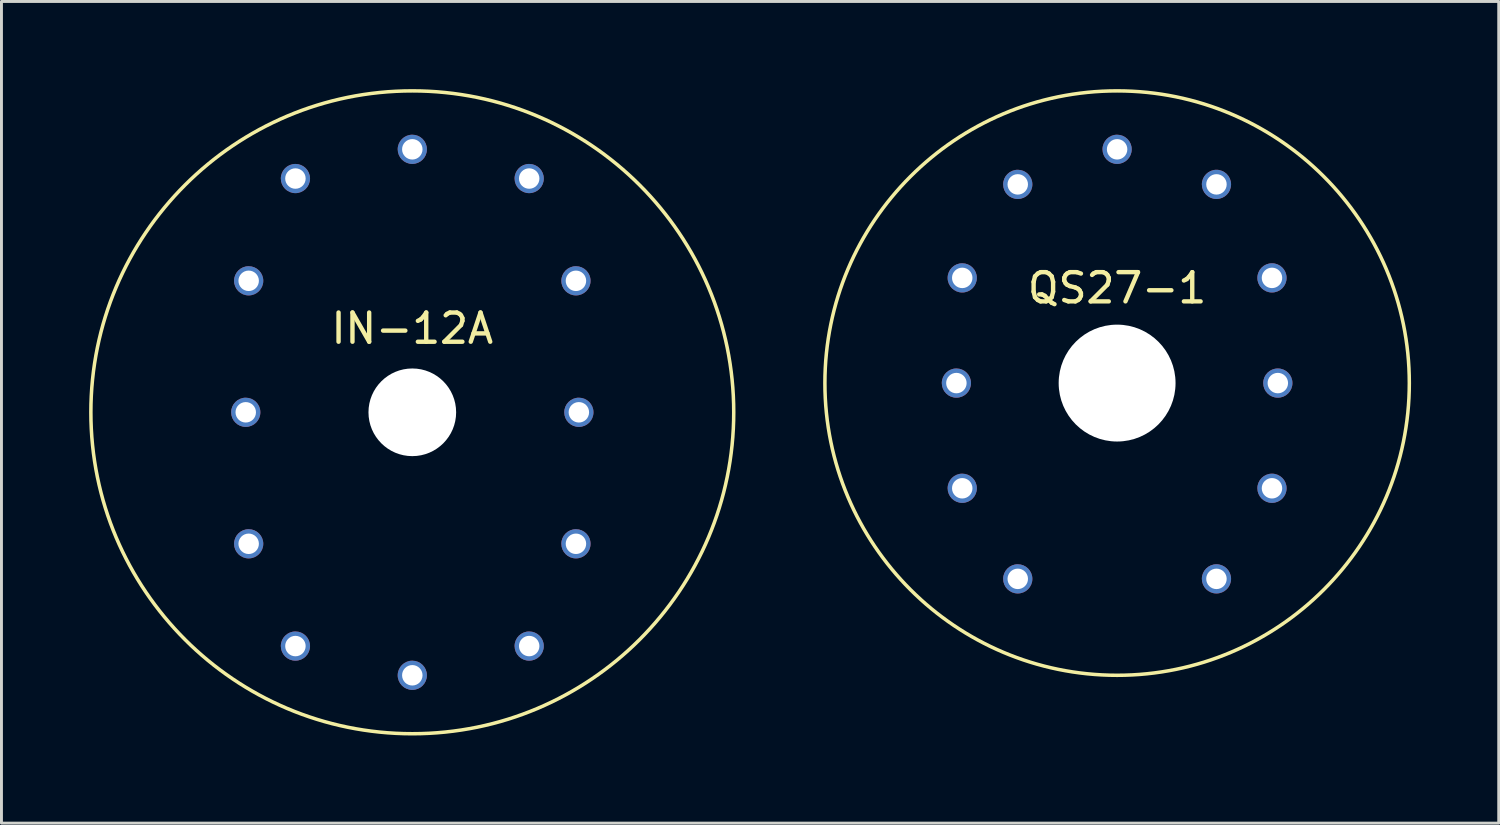
<source format=kicad_pcb>
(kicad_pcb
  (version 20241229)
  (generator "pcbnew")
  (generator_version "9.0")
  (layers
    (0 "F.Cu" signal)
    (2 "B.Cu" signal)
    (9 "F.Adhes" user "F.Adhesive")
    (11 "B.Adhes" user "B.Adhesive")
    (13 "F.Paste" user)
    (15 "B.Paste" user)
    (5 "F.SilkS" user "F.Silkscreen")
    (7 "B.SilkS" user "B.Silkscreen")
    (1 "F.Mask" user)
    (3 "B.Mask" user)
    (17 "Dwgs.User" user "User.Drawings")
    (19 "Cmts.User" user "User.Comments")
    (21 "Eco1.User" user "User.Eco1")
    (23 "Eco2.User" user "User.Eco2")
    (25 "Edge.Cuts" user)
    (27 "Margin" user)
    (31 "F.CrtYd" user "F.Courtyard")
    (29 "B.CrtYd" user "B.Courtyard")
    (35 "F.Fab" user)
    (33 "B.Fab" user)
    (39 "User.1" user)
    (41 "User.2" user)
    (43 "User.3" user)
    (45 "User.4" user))
  (footprint "QS27-1"
    (layer "F.Cu")
    (at 35.18 10.06)
    (property "Reference" "QS27-1" (at 0 -3.251 0) (layer "F.SilkS") (effects (font (size 1 1) (thickness 0.15))))
    (attr through_hole)
    (fp_circle (center 0 0) (end 10 0) (stroke (width 0.12) (type solid)) (fill no) (layer "F.SilkS"))
    (pad "" np_thru_hole circle (at 0 0) (size 4 4) (drill 4) (layers "*.Cu" "*.Mask"))
    (pad "0" thru_hole circle (at 5.3 3.6) (size 1 1) (drill 0.7) (layers "*.Cu" "*.Mask"))
    (pad "1" thru_hole circle (at -3.4 6.7) (size 1 1) (drill 0.7) (layers "*.Cu" "*.Mask"))
    (pad "2" thru_hole circle (at -5.3 3.6) (size 1 1) (drill 0.7) (layers "*.Cu" "*.Mask"))
    (pad "3" thru_hole circle (at -5.5 0) (size 1 1) (drill 0.7) (layers "*.Cu" "*.Mask"))
    (pad "4" thru_hole circle (at -5.3 -3.6) (size 1 1) (drill 0.7) (layers "*.Cu" "*.Mask"))
    (pad "5" thru_hole circle (at -3.4 -6.8) (size 1 1) (drill 0.7) (layers "*.Cu" "*.Mask"))
    (pad "6" thru_hole circle (at 0 -8) (size 1 1) (drill 0.7) (layers "*.Cu" "*.Mask"))
    (pad "7" thru_hole circle (at 3.4 -6.8) (size 1 1) (drill 0.7) (layers "*.Cu" "*.Mask"))
    (pad "8" thru_hole circle (at 5.3 -3.6) (size 1 1) (drill 0.7) (layers "*.Cu" "*.Mask"))
    (pad "9" thru_hole circle (at 5.5 0) (size 1 1) (drill 0.7) (layers "*.Cu" "*.Mask"))
    (pad "A" thru_hole circle (at 3.4 6.7) (size 1 1) (drill 0.7) (layers "*.Cu" "*.Mask")))
  (footprint "IN-12A"
    (layer "F.Cu")
    (at 11.06 11.06)
    (property "Reference" "IN-12A" (at 0 -2.87 0) (layer "F.SilkS") (effects (font (size 1 1) (thickness 0.15))))
    (attr through_hole)
    (fp_circle (center 0 0) (end 11 0) (stroke (width 0.12) (type solid)) (fill no) (layer "F.SilkS"))
    (pad "" np_thru_hole circle (at 0 0) (size 3 3) (drill 3) (layers "*.Cu" "*.Mask"))
    (pad "0" thru_hole circle (at 5.6 4.5) (size 1 1) (drill 0.7) (layers "*.Cu" "*.Mask"))
    (pad "1" thru_hole circle (at -4 8) (size 1 1) (drill 0.7) (layers "*.Cu" "*.Mask"))
    (pad "2" thru_hole circle (at -5.6 4.5) (size 1 1) (drill 0.7) (layers "*.Cu" "*.Mask"))
    (pad "3" thru_hole circle (at -5.7 0) (size 1 1) (drill 0.7) (layers "*.Cu" "*.Mask"))
    (pad "4" thru_hole circle (at -5.6 -4.5) (size 1 1) (drill 0.7) (layers "*.Cu" "*.Mask"))
    (pad "5" thru_hole circle (at -4 -8) (size 1 1) (drill 0.7) (layers "*.Cu" "*.Mask"))
    (pad "6" thru_hole circle (at 0 -9) (size 1 1) (drill 0.7) (layers "*.Cu" "*.Mask"))
    (pad "7" thru_hole circle (at 4 -8) (size 1 1) (drill 0.7) (layers "*.Cu" "*.Mask"))
    (pad "8" thru_hole circle (at 5.6 -4.5) (size 1 1) (drill 0.7) (layers "*.Cu" "*.Mask"))
    (pad "9" thru_hole circle (at 5.7 0) (size 1 1) (drill 0.7) (layers "*.Cu" "*.Mask"))
    (pad "A" thru_hole circle (at 4 8) (size 1 1) (drill 0.7) (layers "*.Cu" "*.Mask"))
    (pad "DP" thru_hole circle (at 0 9) (size 1 1) (drill 0.7) (layers "*.Cu" "*.Mask")))
  (gr_rect
    (start -3 -3)
    (end 48.24 25.12)
    (stroke (width 0.1) (type default))
    (fill no)
    (layer "Edge.Cuts")))
</source>
